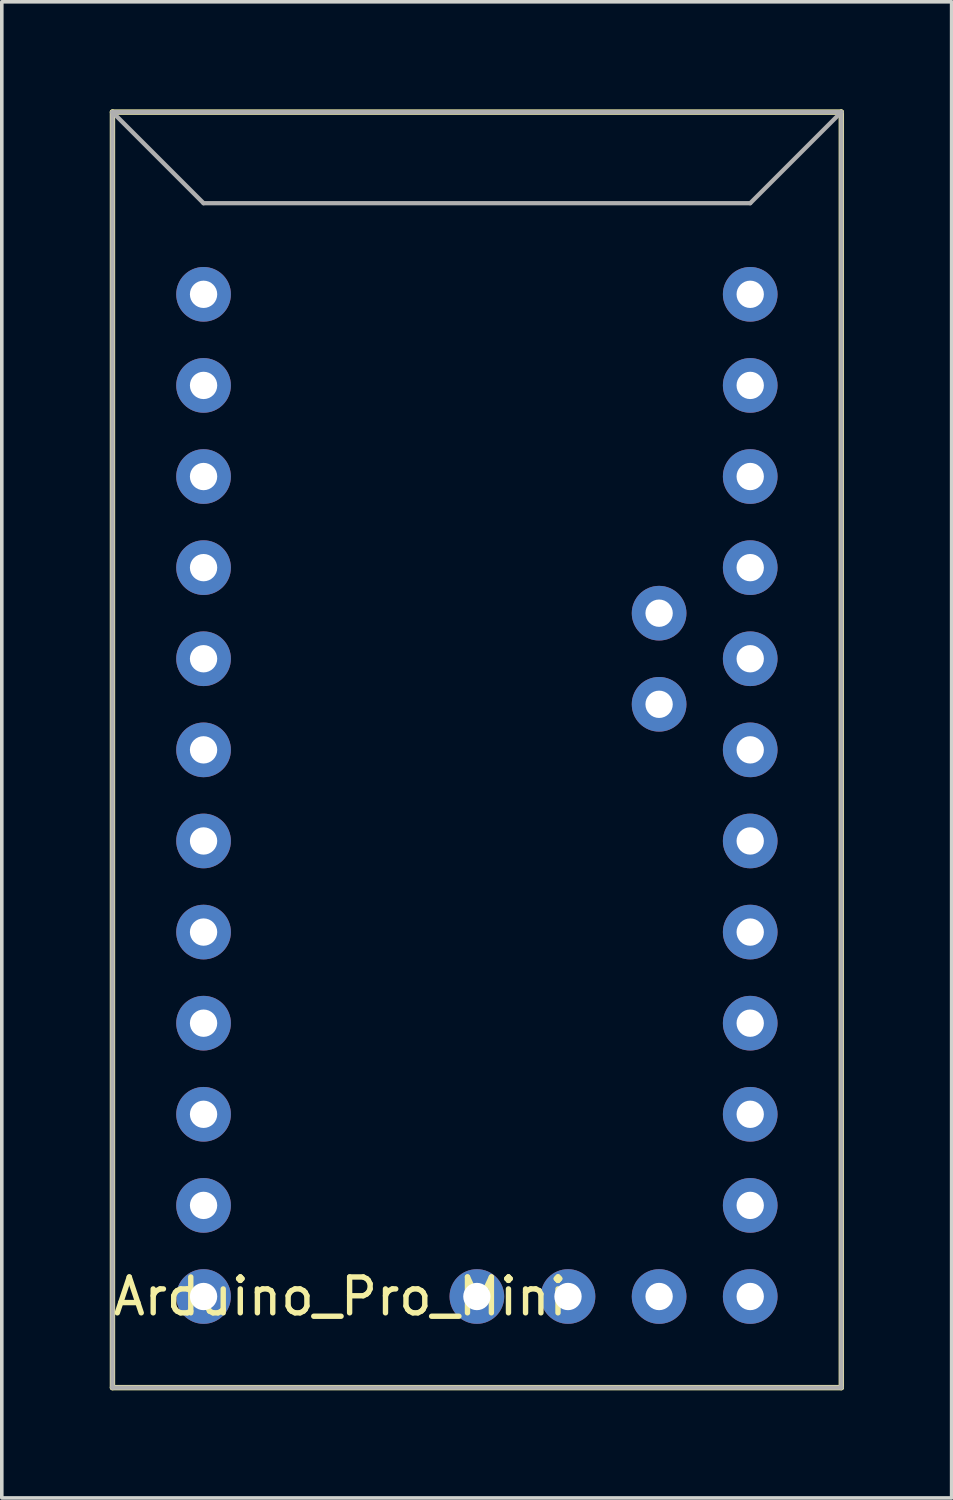
<source format=kicad_pcb>
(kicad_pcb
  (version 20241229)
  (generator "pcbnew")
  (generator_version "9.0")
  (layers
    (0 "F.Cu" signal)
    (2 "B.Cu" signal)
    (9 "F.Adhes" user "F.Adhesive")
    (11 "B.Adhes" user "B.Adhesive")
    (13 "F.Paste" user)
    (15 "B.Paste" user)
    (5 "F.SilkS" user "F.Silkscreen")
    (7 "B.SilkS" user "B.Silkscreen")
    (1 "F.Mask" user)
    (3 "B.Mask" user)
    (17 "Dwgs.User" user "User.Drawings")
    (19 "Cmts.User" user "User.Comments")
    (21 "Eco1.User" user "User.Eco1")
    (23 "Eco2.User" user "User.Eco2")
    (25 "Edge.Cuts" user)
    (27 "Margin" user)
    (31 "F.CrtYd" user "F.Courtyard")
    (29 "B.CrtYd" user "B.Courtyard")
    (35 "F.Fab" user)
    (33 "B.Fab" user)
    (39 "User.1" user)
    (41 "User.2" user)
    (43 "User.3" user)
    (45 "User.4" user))
  (footprint "Arduino_Pro_Mini"
    (layer "F.Cu")
    (at 10.245 17.855)
    (property "Reference" "Arduino_Pro_Mini" (at -3.81 15.24 0) (layer "F.SilkS") (effects (font (size 1 1) (thickness 0.15))))
    (attr through_hole)
    (fp_line (start -10.16 -17.78) (end -10.16 17.78) (stroke (width 0.15) (type solid)) (layer "F.SilkS"))
    (fp_line (start -10.16 17.78) (end 10.16 17.78) (stroke (width 0.15) (type solid)) (layer "F.SilkS"))
    (fp_line (start 10.16 -17.78) (end -10.16 -17.78) (stroke (width 0.15) (type solid)) (layer "F.SilkS"))
    (fp_line (start 10.16 17.78) (end 10.16 -17.78) (stroke (width 0.15) (type solid)) (layer "F.SilkS"))
    (fp_line (start -10.16 -17.78) (end -7.62 -15.24) (stroke (width 0.12) (type solid)) (layer "F.Fab"))
    (fp_line (start -10.16 -17.78) (end 10.16 -17.78) (stroke (width 0.12) (type solid)) (layer "F.Fab"))
    (fp_line (start -10.16 17.78) (end -10.16 -17.78) (stroke (width 0.12) (type solid)) (layer "F.Fab"))
    (fp_line (start -7.62 -15.24) (end 7.62 -15.24) (stroke (width 0.12) (type solid)) (layer "F.Fab"))
    (fp_line (start 7.62 -15.24) (end 10.16 -17.78) (stroke (width 0.12) (type solid)) (layer "F.Fab"))
    (fp_line (start 10.16 -17.78) (end 10.16 17.78) (stroke (width 0.12) (type solid)) (layer "F.Fab"))
    (fp_line (start 10.16 17.78) (end -10.16 17.78) (stroke (width 0.12) (type solid)) (layer "F.Fab"))
    (pad "2" thru_hole circle (at -7.62 -2.54) (size 1.524 1.524) (drill 0.762) (layers "*.Cu" "*.Mask"))
    (pad "3" thru_hole circle (at -7.62 0) (size 1.524 1.524) (drill 0.762) (layers "*.Cu" "*.Mask"))
    (pad "4" thru_hole circle (at -7.62 2.54) (size 1.524 1.524) (drill 0.762) (layers "*.Cu" "*.Mask"))
    (pad "5" thru_hole circle (at -7.62 5.08) (size 1.524 1.524) (drill 0.762) (layers "*.Cu" "*.Mask"))
    (pad "6" thru_hole circle (at -7.62 7.62) (size 1.524 1.524) (drill 0.762) (layers "*.Cu" "*.Mask"))
    (pad "7" thru_hole circle (at -7.62 10.16) (size 1.524 1.524) (drill 0.762) (layers "*.Cu" "*.Mask"))
    (pad "8" thru_hole circle (at -7.62 12.7) (size 1.524 1.524) (drill 0.762) (layers "*.Cu" "*.Mask"))
    (pad "9" thru_hole circle (at -7.62 15.24) (size 1.524 1.524) (drill 0.762) (layers "*.Cu" "*.Mask"))
    (pad "10" thru_hole circle (at 7.62 15.24) (size 1.524 1.524) (drill 0.762) (layers "*.Cu" "*.Mask"))
    (pad "11" thru_hole circle (at 7.62 12.7) (size 1.524 1.524) (drill 0.762) (layers "*.Cu" "*.Mask"))
    (pad "12" thru_hole circle (at 7.62 10.16) (size 1.524 1.524) (drill 0.762) (layers "*.Cu" "*.Mask"))
    (pad "13" thru_hole circle (at 7.62 7.62) (size 1.524 1.524) (drill 0.762) (layers "*.Cu" "*.Mask"))
    (pad "A0" thru_hole circle (at 7.62 5.08) (size 1.524 1.524) (drill 0.762) (layers "*.Cu" "*.Mask"))
    (pad "A1" thru_hole circle (at 7.62 2.54) (size 1.524 1.524) (drill 0.762) (layers "*.Cu" "*.Mask"))
    (pad "A2" thru_hole circle (at 7.62 0) (size 1.524 1.524) (drill 0.762) (layers "*.Cu" "*.Mask"))
    (pad "A3" thru_hole circle (at 7.62 -2.54) (size 1.524 1.524) (drill 0.762) (layers "*.Cu" "*.Mask"))
    (pad "A4" thru_hole circle (at 5.08 -1.27) (size 1.524 1.524) (drill 0.762) (layers "*.Cu" "*.Mask"))
    (pad "A5" thru_hole circle (at 5.08 -3.81) (size 1.524 1.524) (drill 0.762) (layers "*.Cu" "*.Mask"))
    (pad "A6" thru_hole circle (at 2.54 15.24) (size 1.524 1.524) (drill 0.762) (layers "*.Cu" "*.Mask"))
    (pad "A7" thru_hole circle (at 5.08 15.24) (size 1.524 1.524) (drill 0.762) (layers "*.Cu" "*.Mask"))
    (pad "GND" thru_hole circle (at -7.62 -5.08) (size 1.524 1.524) (drill 0.762) (layers "*.Cu" "*.Mask"))
    (pad "GND" thru_hole circle (at 0 15.24) (size 1.524 1.524) (drill 0.762) (layers "*.Cu" "*.Mask"))
    (pad "GND" thru_hole circle (at 7.62 -10.16) (size 1.524 1.524) (drill 0.762) (layers "*.Cu" "*.Mask"))
    (pad "RAW" thru_hole circle (at 7.62 -12.7) (size 1.524 1.524) (drill 0.762) (layers "*.Cu" "*.Mask"))
    (pad "RST" thru_hole circle (at -7.62 -7.62) (size 1.524 1.524) (drill 0.762) (layers "*.Cu" "*.Mask"))
    (pad "RST" thru_hole circle (at 7.62 -7.62) (size 1.524 1.524) (drill 0.762) (layers "*.Cu" "*.Mask"))
    (pad "RXD" thru_hole circle (at -7.62 -10.16) (size 1.524 1.524) (drill 0.762) (layers "*.Cu" "*.Mask"))
    (pad "TXD" thru_hole circle (at -7.62 -12.7) (size 1.524 1.524) (drill 0.762) (layers "*.Cu" "*.Mask"))
    (pad "VCC" thru_hole circle (at 7.62 -5.08) (size 1.524 1.524) (drill 0.762) (layers "*.Cu" "*.Mask")))
  (gr_rect
    (start -3 -3)
    (end 23.48 38.71)
    (stroke (width 0.1) (type default))
    (fill no)
    (layer "Edge.Cuts")))
</source>
